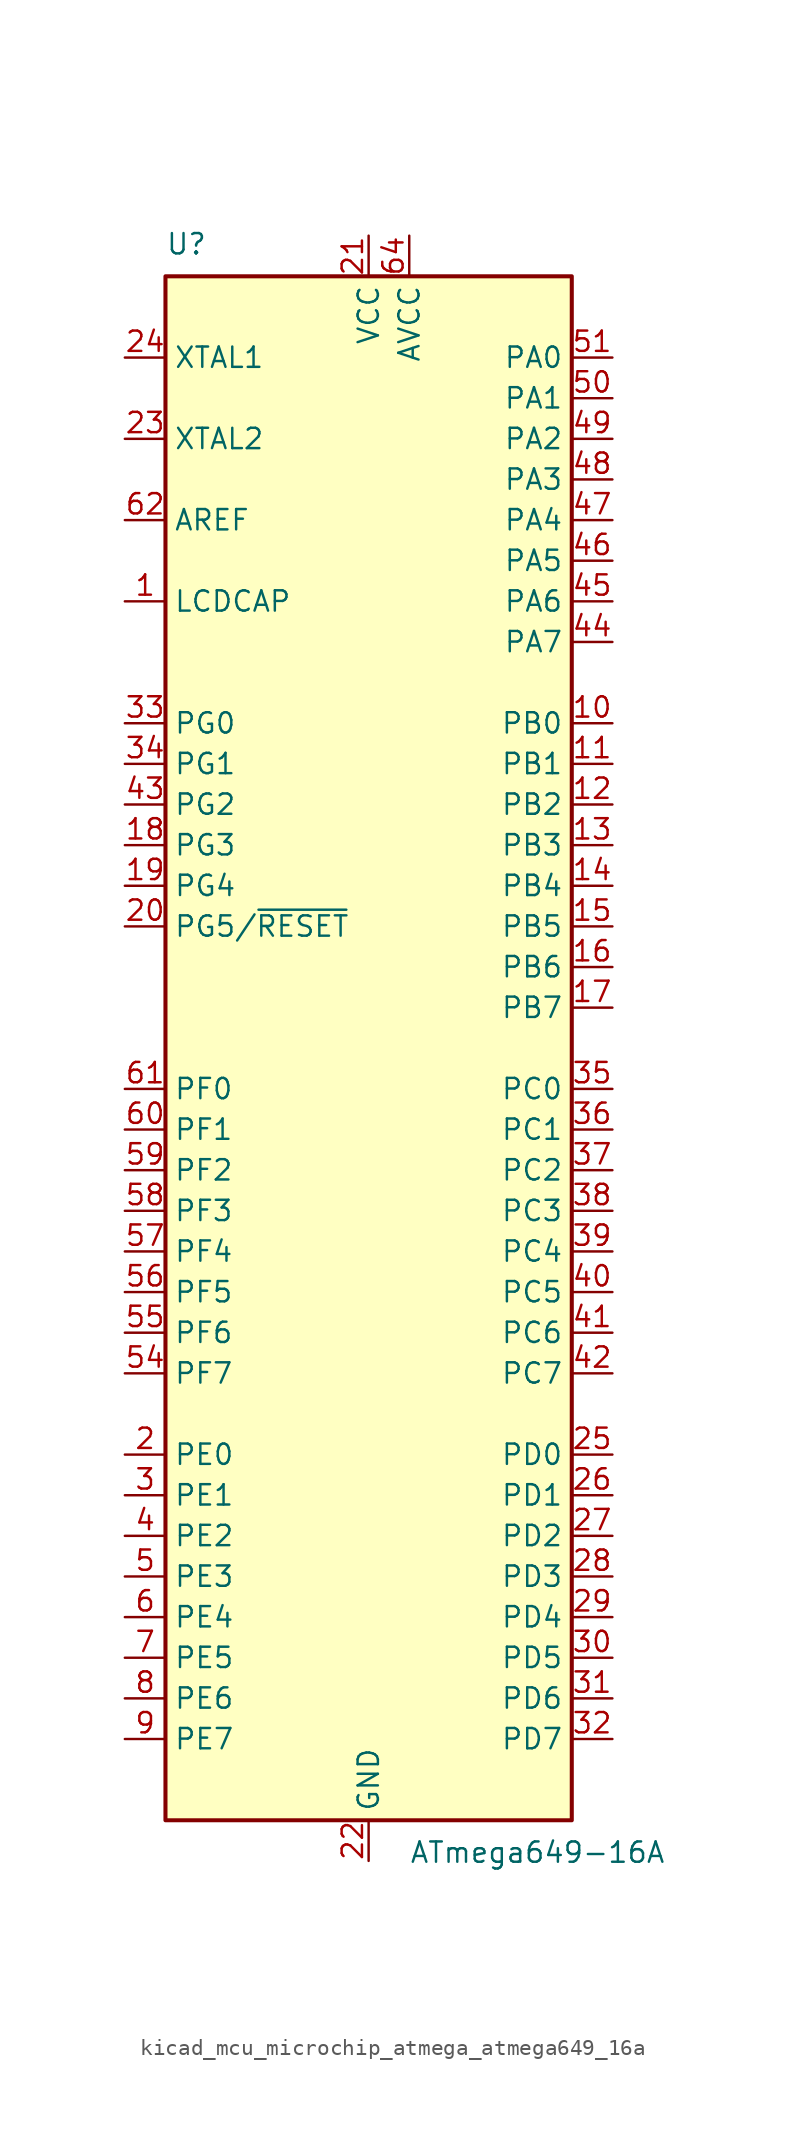
<source format=kicad_sym>
(kicad_symbol_lib
  (version 20220914)
  (generator kicad_symbol_editor)
  (symbol "kicad_mcu_microchip_atmega_atmega649_16a"
    (property "Reference" "U"
      (at -12.7 49.53 0)
      (effects (font (size 1.27 1.27)) (justify left bottom)))
    (property "Value" "ATmega649-16A"
      (at 2.54 -49.53 0)
      (effects (font (size 1.27 1.27)) (justify left top)))
    (symbol "kicad_mcu_microchip_atmega_atmega649_16a_0_1"
      (rectangle (start -12.7 -48.26) (end 12.7 48.26) (stroke (width 0.254) (type default)) (fill (type background))))
    (symbol "kicad_mcu_microchip_atmega_atmega649_16a_1_1"
      (pin passive line (at -15.24 27.94 0) (length 2.54) (name "LCDCAP" (effects (font (size 1.27 1.27)))) (number "1" (effects (font (size 1.27 1.27)))))
      (pin bidirectional line (at 15.24 20.32 180) (length 2.54) (name "PB0" (effects (font (size 1.27 1.27)))) (number "10" (effects (font (size 1.27 1.27)))))
      (pin bidirectional line (at 15.24 17.78 180) (length 2.54) (name "PB1" (effects (font (size 1.27 1.27)))) (number "11" (effects (font (size 1.27 1.27)))))
      (pin bidirectional line (at 15.24 15.24 180) (length 2.54) (name "PB2" (effects (font (size 1.27 1.27)))) (number "12" (effects (font (size 1.27 1.27)))))
      (pin bidirectional line (at 15.24 12.7 180) (length 2.54) (name "PB3" (effects (font (size 1.27 1.27)))) (number "13" (effects (font (size 1.27 1.27)))))
      (pin bidirectional line (at 15.24 10.16 180) (length 2.54) (name "PB4" (effects (font (size 1.27 1.27)))) (number "14" (effects (font (size 1.27 1.27)))))
      (pin bidirectional line (at 15.24 7.62 180) (length 2.54) (name "PB5" (effects (font (size 1.27 1.27)))) (number "15" (effects (font (size 1.27 1.27)))))
      (pin bidirectional line (at 15.24 5.08 180) (length 2.54) (name "PB6" (effects (font (size 1.27 1.27)))) (number "16" (effects (font (size 1.27 1.27)))))
      (pin bidirectional line (at 15.24 2.54 180) (length 2.54) (name "PB7" (effects (font (size 1.27 1.27)))) (number "17" (effects (font (size 1.27 1.27)))))
      (pin bidirectional line (at -15.24 12.7 0) (length 2.54) (name "PG3" (effects (font (size 1.27 1.27)))) (number "18" (effects (font (size 1.27 1.27)))))
      (pin bidirectional line (at -15.24 10.16 0) (length 2.54) (name "PG4" (effects (font (size 1.27 1.27)))) (number "19" (effects (font (size 1.27 1.27)))))
      (pin bidirectional line (at -15.24 -25.4 0) (length 2.54) (name "PE0" (effects (font (size 1.27 1.27)))) (number "2" (effects (font (size 1.27 1.27)))))
      (pin bidirectional line (at -15.24 7.62 0) (length 2.54) (name "PG5/~{RESET}" (effects (font (size 1.27 1.27)))) (number "20" (effects (font (size 1.27 1.27)))))
      (pin power_in line (at 0 50.8 270) (length 2.54) (name "VCC" (effects (font (size 1.27 1.27)))) (number "21" (effects (font (size 1.27 1.27)))))
      (pin power_in line (at 0 -50.8 90) (length 2.54) (name "GND" (effects (font (size 1.27 1.27)))) (number "22" (effects (font (size 1.27 1.27)))))
      (pin output line (at -15.24 38.1 0) (length 2.54) (name "XTAL2" (effects (font (size 1.27 1.27)))) (number "23" (effects (font (size 1.27 1.27)))))
      (pin input line (at -15.24 43.18 0) (length 2.54) (name "XTAL1" (effects (font (size 1.27 1.27)))) (number "24" (effects (font (size 1.27 1.27)))))
      (pin bidirectional line (at 15.24 -25.4 180) (length 2.54) (name "PD0" (effects (font (size 1.27 1.27)))) (number "25" (effects (font (size 1.27 1.27)))))
      (pin bidirectional line (at 15.24 -27.94 180) (length 2.54) (name "PD1" (effects (font (size 1.27 1.27)))) (number "26" (effects (font (size 1.27 1.27)))))
      (pin bidirectional line (at 15.24 -30.48 180) (length 2.54) (name "PD2" (effects (font (size 1.27 1.27)))) (number "27" (effects (font (size 1.27 1.27)))))
      (pin bidirectional line (at 15.24 -33.02 180) (length 2.54) (name "PD3" (effects (font (size 1.27 1.27)))) (number "28" (effects (font (size 1.27 1.27)))))
      (pin bidirectional line (at 15.24 -35.56 180) (length 2.54) (name "PD4" (effects (font (size 1.27 1.27)))) (number "29" (effects (font (size 1.27 1.27)))))
      (pin bidirectional line (at -15.24 -27.94 0) (length 2.54) (name "PE1" (effects (font (size 1.27 1.27)))) (number "3" (effects (font (size 1.27 1.27)))))
      (pin bidirectional line (at 15.24 -38.1 180) (length 2.54) (name "PD5" (effects (font (size 1.27 1.27)))) (number "30" (effects (font (size 1.27 1.27)))))
      (pin bidirectional line (at 15.24 -40.64 180) (length 2.54) (name "PD6" (effects (font (size 1.27 1.27)))) (number "31" (effects (font (size 1.27 1.27)))))
      (pin bidirectional line (at 15.24 -43.18 180) (length 2.54) (name "PD7" (effects (font (size 1.27 1.27)))) (number "32" (effects (font (size 1.27 1.27)))))
      (pin bidirectional line (at -15.24 20.32 0) (length 2.54) (name "PG0" (effects (font (size 1.27 1.27)))) (number "33" (effects (font (size 1.27 1.27)))))
      (pin bidirectional line (at -15.24 17.78 0) (length 2.54) (name "PG1" (effects (font (size 1.27 1.27)))) (number "34" (effects (font (size 1.27 1.27)))))
      (pin bidirectional line (at 15.24 -2.54 180) (length 2.54) (name "PC0" (effects (font (size 1.27 1.27)))) (number "35" (effects (font (size 1.27 1.27)))))
      (pin bidirectional line (at 15.24 -5.08 180) (length 2.54) (name "PC1" (effects (font (size 1.27 1.27)))) (number "36" (effects (font (size 1.27 1.27)))))
      (pin bidirectional line (at 15.24 -7.62 180) (length 2.54) (name "PC2" (effects (font (size 1.27 1.27)))) (number "37" (effects (font (size 1.27 1.27)))))
      (pin bidirectional line (at 15.24 -10.16 180) (length 2.54) (name "PC3" (effects (font (size 1.27 1.27)))) (number "38" (effects (font (size 1.27 1.27)))))
      (pin bidirectional line (at 15.24 -12.7 180) (length 2.54) (name "PC4" (effects (font (size 1.27 1.27)))) (number "39" (effects (font (size 1.27 1.27)))))
      (pin bidirectional line (at -15.24 -30.48 0) (length 2.54) (name "PE2" (effects (font (size 1.27 1.27)))) (number "4" (effects (font (size 1.27 1.27)))))
      (pin bidirectional line (at 15.24 -15.24 180) (length 2.54) (name "PC5" (effects (font (size 1.27 1.27)))) (number "40" (effects (font (size 1.27 1.27)))))
      (pin bidirectional line (at 15.24 -17.78 180) (length 2.54) (name "PC6" (effects (font (size 1.27 1.27)))) (number "41" (effects (font (size 1.27 1.27)))))
      (pin bidirectional line (at 15.24 -20.32 180) (length 2.54) (name "PC7" (effects (font (size 1.27 1.27)))) (number "42" (effects (font (size 1.27 1.27)))))
      (pin bidirectional line (at -15.24 15.24 0) (length 2.54) (name "PG2" (effects (font (size 1.27 1.27)))) (number "43" (effects (font (size 1.27 1.27)))))
      (pin bidirectional line (at 15.24 25.4 180) (length 2.54) (name "PA7" (effects (font (size 1.27 1.27)))) (number "44" (effects (font (size 1.27 1.27)))))
      (pin bidirectional line (at 15.24 27.94 180) (length 2.54) (name "PA6" (effects (font (size 1.27 1.27)))) (number "45" (effects (font (size 1.27 1.27)))))
      (pin bidirectional line (at 15.24 30.48 180) (length 2.54) (name "PA5" (effects (font (size 1.27 1.27)))) (number "46" (effects (font (size 1.27 1.27)))))
      (pin bidirectional line (at 15.24 33.02 180) (length 2.54) (name "PA4" (effects (font (size 1.27 1.27)))) (number "47" (effects (font (size 1.27 1.27)))))
      (pin bidirectional line (at 15.24 35.56 180) (length 2.54) (name "PA3" (effects (font (size 1.27 1.27)))) (number "48" (effects (font (size 1.27 1.27)))))
      (pin bidirectional line (at 15.24 38.1 180) (length 2.54) (name "PA2" (effects (font (size 1.27 1.27)))) (number "49" (effects (font (size 1.27 1.27)))))
      (pin bidirectional line (at -15.24 -33.02 0) (length 2.54) (name "PE3" (effects (font (size 1.27 1.27)))) (number "5" (effects (font (size 1.27 1.27)))))
      (pin bidirectional line (at 15.24 40.64 180) (length 2.54) (name "PA1" (effects (font (size 1.27 1.27)))) (number "50" (effects (font (size 1.27 1.27)))))
      (pin bidirectional line (at 15.24 43.18 180) (length 2.54) (name "PA0" (effects (font (size 1.27 1.27)))) (number "51" (effects (font (size 1.27 1.27)))))
      (pin passive line (at 0 50.8 270) (length 2.54) hide (name "VCC" (effects (font (size 1.27 1.27)))) (number "52" (effects (font (size 1.27 1.27)))))
      (pin passive line (at 0 -50.8 90) (length 2.54) hide (name "GND" (effects (font (size 1.27 1.27)))) (number "53" (effects (font (size 1.27 1.27)))))
      (pin bidirectional line (at -15.24 -20.32 0) (length 2.54) (name "PF7" (effects (font (size 1.27 1.27)))) (number "54" (effects (font (size 1.27 1.27)))))
      (pin bidirectional line (at -15.24 -17.78 0) (length 2.54) (name "PF6" (effects (font (size 1.27 1.27)))) (number "55" (effects (font (size 1.27 1.27)))))
      (pin bidirectional line (at -15.24 -15.24 0) (length 2.54) (name "PF5" (effects (font (size 1.27 1.27)))) (number "56" (effects (font (size 1.27 1.27)))))
      (pin bidirectional line (at -15.24 -12.7 0) (length 2.54) (name "PF4" (effects (font (size 1.27 1.27)))) (number "57" (effects (font (size 1.27 1.27)))))
      (pin bidirectional line (at -15.24 -10.16 0) (length 2.54) (name "PF3" (effects (font (size 1.27 1.27)))) (number "58" (effects (font (size 1.27 1.27)))))
      (pin bidirectional line (at -15.24 -7.62 0) (length 2.54) (name "PF2" (effects (font (size 1.27 1.27)))) (number "59" (effects (font (size 1.27 1.27)))))
      (pin bidirectional line (at -15.24 -35.56 0) (length 2.54) (name "PE4" (effects (font (size 1.27 1.27)))) (number "6" (effects (font (size 1.27 1.27)))))
      (pin bidirectional line (at -15.24 -5.08 0) (length 2.54) (name "PF1" (effects (font (size 1.27 1.27)))) (number "60" (effects (font (size 1.27 1.27)))))
      (pin bidirectional line (at -15.24 -2.54 0) (length 2.54) (name "PF0" (effects (font (size 1.27 1.27)))) (number "61" (effects (font (size 1.27 1.27)))))
      (pin passive line (at -15.24 33.02 0) (length 2.54) (name "AREF" (effects (font (size 1.27 1.27)))) (number "62" (effects (font (size 1.27 1.27)))))
      (pin passive line (at 0 -50.8 90) (length 2.54) hide (name "GND" (effects (font (size 1.27 1.27)))) (number "63" (effects (font (size 1.27 1.27)))))
      (pin power_in line (at 2.54 50.8 270) (length 2.54) (name "AVCC" (effects (font (size 1.27 1.27)))) (number "64" (effects (font (size 1.27 1.27)))))
      (pin bidirectional line (at -15.24 -38.1 0) (length 2.54) (name "PE5" (effects (font (size 1.27 1.27)))) (number "7" (effects (font (size 1.27 1.27)))))
      (pin bidirectional line (at -15.24 -40.64 0) (length 2.54) (name "PE6" (effects (font (size 1.27 1.27)))) (number "8" (effects (font (size 1.27 1.27)))))
      (pin bidirectional line (at -15.24 -43.18 0) (length 2.54) (name "PE7" (effects (font (size 1.27 1.27)))) (number "9" (effects (font (size 1.27 1.27))))))))
</source>
